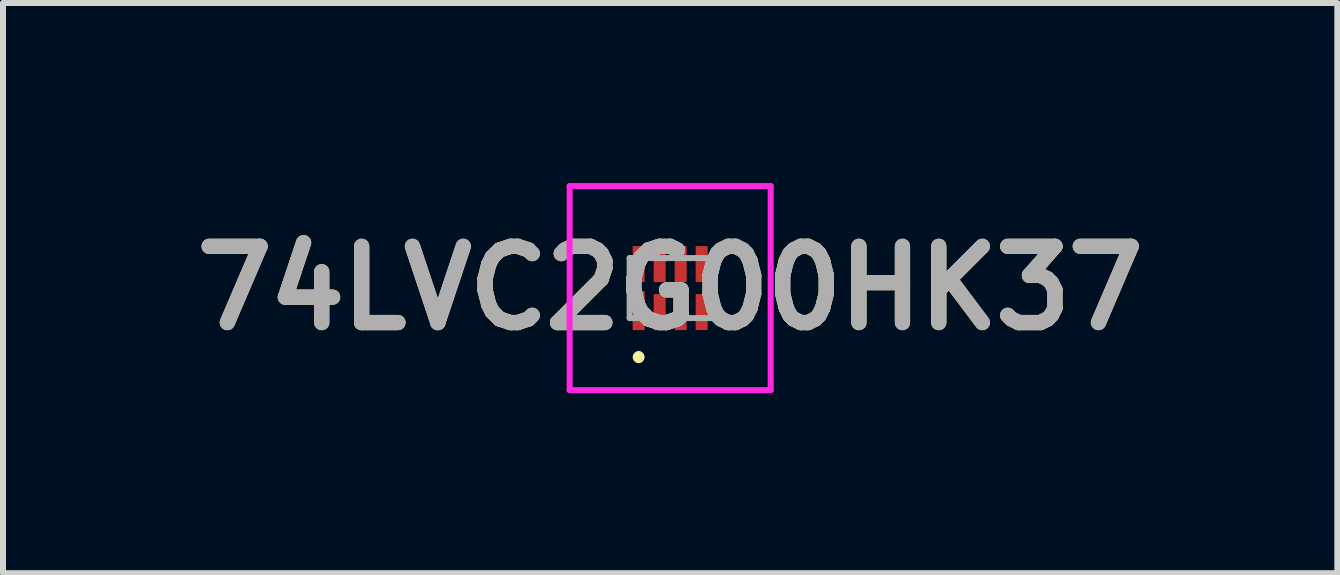
<source format=kicad_pcb>
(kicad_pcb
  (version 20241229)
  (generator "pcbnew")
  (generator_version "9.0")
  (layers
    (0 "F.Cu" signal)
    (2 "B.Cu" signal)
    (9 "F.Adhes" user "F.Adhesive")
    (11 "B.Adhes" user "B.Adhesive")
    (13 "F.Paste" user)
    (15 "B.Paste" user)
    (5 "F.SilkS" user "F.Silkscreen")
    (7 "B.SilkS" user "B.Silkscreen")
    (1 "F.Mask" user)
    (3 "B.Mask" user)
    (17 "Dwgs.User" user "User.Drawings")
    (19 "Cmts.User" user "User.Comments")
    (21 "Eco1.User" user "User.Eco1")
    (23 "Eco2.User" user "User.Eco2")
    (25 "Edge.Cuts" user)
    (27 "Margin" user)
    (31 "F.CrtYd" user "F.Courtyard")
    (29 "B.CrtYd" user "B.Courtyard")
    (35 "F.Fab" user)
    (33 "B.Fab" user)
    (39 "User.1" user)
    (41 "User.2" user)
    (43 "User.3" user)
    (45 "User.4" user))
  (footprint "74LVC2G00HK37"
    (layer "F.Cu")
    (at 8.116 1.75)
    (property "Reference" "74LVC2G00HK37" (at 0 0 0) (layer "F.SilkS") (effects (font (size 1.27 1.27) (thickness 0.254))))
    (attr smd)
    (fp_line (start -0.525 1.1) (end -0.525 1.1) (stroke (width 0.1) (type solid)) (layer "F.SilkS"))
    (fp_line (start -0.525 1.2) (end -0.525 1.2) (stroke (width 0.1) (type solid)) (layer "F.SilkS"))
    (fp_arc (start -0.525 1.1) (mid -0.475 1.15) (end -0.525 1.2) (stroke (width 0.1) (type solid)) (layer "F.SilkS"))
    (fp_arc (start -0.525 1.2) (mid -0.575 1.15) (end -0.525 1.1) (stroke (width 0.1) (type solid)) (layer "F.SilkS"))
    (fp_line (start -1.675 -1.7) (end 1.675 -1.7) (stroke (width 0.1) (type solid)) (layer "F.CrtYd"))
    (fp_line (start -1.675 1.7) (end -1.675 -1.7) (stroke (width 0.1) (type solid)) (layer "F.CrtYd"))
    (fp_line (start 1.675 -1.7) (end 1.675 1.7) (stroke (width 0.1) (type solid)) (layer "F.CrtYd"))
    (fp_line (start 1.675 1.7) (end -1.675 1.7) (stroke (width 0.1) (type solid)) (layer "F.CrtYd"))
    (fp_line (start -0.675 -0.5) (end -0.675 0.5) (stroke (width 0.1) (type solid)) (layer "F.Fab"))
    (fp_line (start -0.675 0.5) (end 0.675 0.5) (stroke (width 0.1) (type solid)) (layer "F.Fab"))
    (fp_line (start 0.675 -0.5) (end -0.675 -0.5) (stroke (width 0.1) (type solid)) (layer "F.Fab"))
    (fp_line (start 0.675 0.5) (end 0.675 -0.5) (stroke (width 0.1) (type solid)) (layer "F.Fab"))
    (fp_text user "${REFERENCE}" (at 0 0 0) (layer "F.Fab") (effects (font (size 1.27 1.27) (thickness 0.254))))
    (pad "1" smd rect (at -0.525 0.375) (size 0.2 0.65) (layers "F.Cu" "F.Mask" "F.Paste"))
    (pad "2" smd rect (at -0.175 0.4) (size 0.2 0.6) (layers "F.Cu" "F.Mask" "F.Paste"))
    (pad "3" smd rect (at 0.175 0.4) (size 0.2 0.6) (layers "F.Cu" "F.Mask" "F.Paste"))
    (pad "4" smd rect (at 0.525 0.4) (size 0.2 0.6) (layers "F.Cu" "F.Mask" "F.Paste"))
    (pad "5" smd rect (at 0.525 -0.4) (size 0.2 0.6) (layers "F.Cu" "F.Mask" "F.Paste"))
    (pad "6" smd rect (at 0.175 -0.4) (size 0.2 0.6) (layers "F.Cu" "F.Mask" "F.Paste"))
    (pad "7" smd rect (at -0.175 -0.4) (size 0.2 0.6) (layers "F.Cu" "F.Mask" "F.Paste"))
    (pad "8" smd rect (at -0.525 -0.4) (size 0.2 0.6) (layers "F.Cu" "F.Mask" "F.Paste")))
  (gr_rect
    (start -3 -3)
    (end 19.232 6.5)
    (stroke (width 0.1) (type default))
    (fill no)
    (layer "Edge.Cuts")))
</source>
